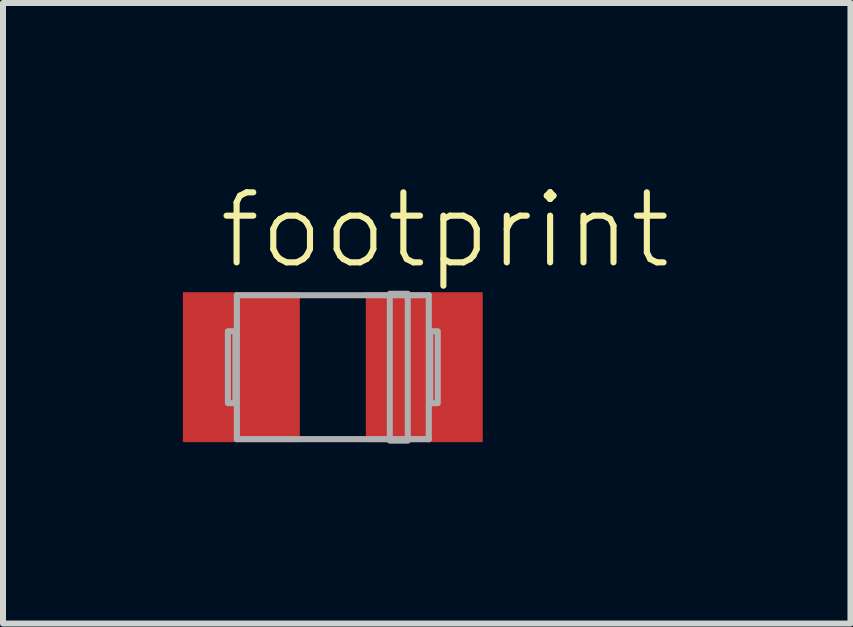
<source format=kicad_pcb>
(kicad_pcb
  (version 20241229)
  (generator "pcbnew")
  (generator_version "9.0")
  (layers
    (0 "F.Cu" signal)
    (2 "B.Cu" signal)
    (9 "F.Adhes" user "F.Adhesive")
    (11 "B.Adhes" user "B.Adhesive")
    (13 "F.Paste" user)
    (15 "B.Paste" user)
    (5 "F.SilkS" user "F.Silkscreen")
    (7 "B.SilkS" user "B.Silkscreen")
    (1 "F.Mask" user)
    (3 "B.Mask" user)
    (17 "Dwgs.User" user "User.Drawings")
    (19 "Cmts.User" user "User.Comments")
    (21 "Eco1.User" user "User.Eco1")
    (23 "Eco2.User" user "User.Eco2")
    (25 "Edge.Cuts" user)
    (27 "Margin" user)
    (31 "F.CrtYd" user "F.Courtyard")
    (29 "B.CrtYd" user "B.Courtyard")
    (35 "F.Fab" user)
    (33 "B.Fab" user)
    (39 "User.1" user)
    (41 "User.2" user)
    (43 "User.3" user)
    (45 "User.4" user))
  (footprint "footprint"
    (layer "F.Cu")
    (at 2.5 3.073)
    (property "Reference" "footprint" (at -1.95 -1.6 0) (layer "F.SilkS") (effects (font (size 1.168 1.168) (thickness 0.102)) (justify left bottom)))
    (fp_line (start -1.6 -1.2) (end 1.6 -1.2) (stroke (width 0.102) (type solid)) (layer "F.Fab"))
    (fp_line (start -1.6 1.2) (end -1.6 -1.2) (stroke (width 0.102) (type solid)) (layer "F.Fab"))
    (fp_line (start 1.6 -1.2) (end 1.6 1.2) (stroke (width 0.102) (type solid)) (layer "F.Fab"))
    (fp_line (start 1.6 1.2) (end -1.6 1.2) (stroke (width 0.102) (type solid)) (layer "F.Fab"))
    (fp_poly (pts (xy -1.75 0.6) (xy -1.625 0.6) (xy -1.625 -0.6) (xy -1.75 -0.6)) (stroke (width 0.1) (type solid)) (fill no) (layer "F.Fab"))
    (fp_poly (pts (xy 0.95 1.225) (xy 1.25 1.225) (xy 1.25 -1.225) (xy 0.95 -1.225)) (stroke (width 0.1) (type solid)) (fill no) (layer "F.Fab"))
    (fp_poly (pts (xy 1.625 0.6) (xy 1.75 0.6) (xy 1.75 -0.6) (xy 1.625 -0.6)) (stroke (width 0.1) (type solid)) (fill no) (layer "F.Fab"))
    (pad "+" smd rect (at 1.525 0) (size 1.95 2.5) (layers "F.Cu" "F.Mask" "F.Paste"))
    (pad "-" smd rect (at -1.525 0) (size 1.95 2.5) (layers "F.Cu" "F.Mask" "F.Paste")))
  (gr_rect
    (start -3 -3)
    (end 11.132 7.348)
    (stroke (width 0.1) (type default))
    (fill no)
    (layer "Edge.Cuts")))
</source>
